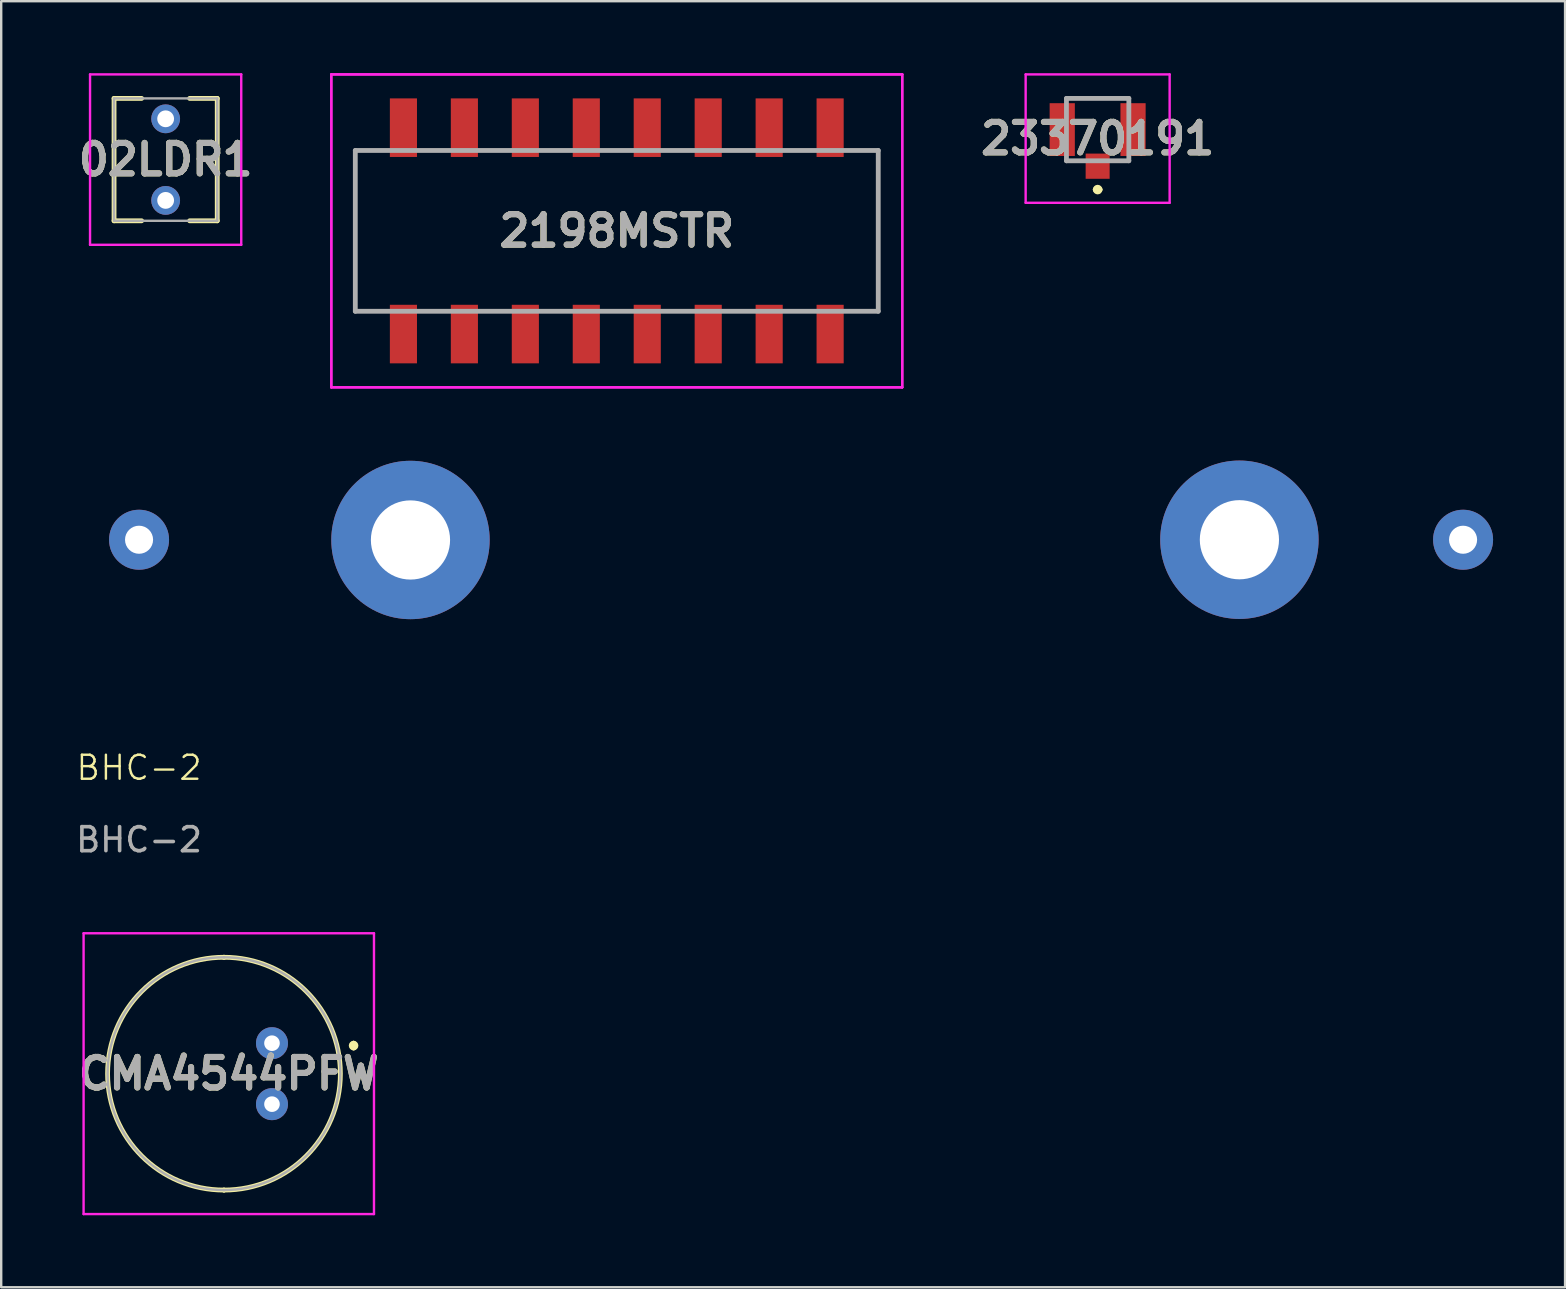
<source format=kicad_pcb>
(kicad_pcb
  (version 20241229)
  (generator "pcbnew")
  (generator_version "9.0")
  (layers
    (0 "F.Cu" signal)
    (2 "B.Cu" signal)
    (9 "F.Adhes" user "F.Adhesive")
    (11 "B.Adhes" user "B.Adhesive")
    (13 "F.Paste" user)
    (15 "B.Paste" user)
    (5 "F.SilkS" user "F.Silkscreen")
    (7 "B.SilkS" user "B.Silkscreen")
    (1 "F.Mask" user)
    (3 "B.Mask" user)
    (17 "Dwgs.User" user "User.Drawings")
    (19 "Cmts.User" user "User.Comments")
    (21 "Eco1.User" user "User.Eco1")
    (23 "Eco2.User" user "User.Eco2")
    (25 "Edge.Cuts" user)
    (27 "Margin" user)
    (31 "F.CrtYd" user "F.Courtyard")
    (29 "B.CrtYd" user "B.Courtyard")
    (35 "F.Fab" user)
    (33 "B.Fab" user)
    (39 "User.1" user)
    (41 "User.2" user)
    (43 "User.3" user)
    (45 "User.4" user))
  (footprint "02LDR1"
    (layer "F.Cu")
    (at 3.852 5.3)
    (property "Reference" "02LDR1" (at 0 -1.7 0) (layer "F.SilkS") (effects (font (size 1.27 1.27) (thickness 0.254))))
    (attr through_hole)
    (fp_line (start -2.15 -4.25) (end -2.15 0.85) (stroke (width 0.2) (type solid)) (layer "F.SilkS"))
    (fp_line (start -2.15 0.85) (end -1 0.85) (stroke (width 0.2) (type solid)) (layer "F.SilkS"))
    (fp_line (start -1 -4.25) (end -2.15 -4.25) (stroke (width 0.2) (type solid)) (layer "F.SilkS"))
    (fp_line (start 1 0.85) (end 2.15 0.85) (stroke (width 0.2) (type solid)) (layer "F.SilkS"))
    (fp_line (start 2.15 -4.25) (end 1 -4.25) (stroke (width 0.2) (type solid)) (layer "F.SilkS"))
    (fp_line (start 2.15 0.85) (end 2.15 -4.25) (stroke (width 0.2) (type solid)) (layer "F.SilkS"))
    (fp_line (start -3.15 -5.25) (end 3.15 -5.25) (stroke (width 0.1) (type solid)) (layer "F.CrtYd"))
    (fp_line (start -3.15 1.85) (end -3.15 -5.25) (stroke (width 0.1) (type solid)) (layer "F.CrtYd"))
    (fp_line (start 3.15 -5.25) (end 3.15 1.85) (stroke (width 0.1) (type solid)) (layer "F.CrtYd"))
    (fp_line (start 3.15 1.85) (end -3.15 1.85) (stroke (width 0.1) (type solid)) (layer "F.CrtYd"))
    (fp_line (start -2.15 -4.25) (end 2.15 -4.25) (stroke (width 0.1) (type solid)) (layer "F.Fab"))
    (fp_line (start -2.15 0.85) (end -2.15 -4.25) (stroke (width 0.1) (type solid)) (layer "F.Fab"))
    (fp_line (start 2.15 -4.25) (end 2.15 0.85) (stroke (width 0.1) (type solid)) (layer "F.Fab"))
    (fp_line (start 2.15 0.85) (end -2.15 0.85) (stroke (width 0.1) (type solid)) (layer "F.Fab"))
    (fp_text user "${REFERENCE}" (at 0 -1.7 0) (layer "F.Fab") (effects (font (size 1.27 1.27) (thickness 0.254))))
    (pad "1" thru_hole circle (at 0 0) (size 1.2 1.2) (drill 0.7) (layers "*.Cu" "*.Mask"))
    (pad "2" thru_hole circle (at 0 -3.4) (size 1.2 1.2) (drill 0.7) (layers "*.Cu" "*.Mask")))
  (footprint "BHC-2"
    (layer "F.Cu")
    (at 2.744 29.44)
    (property "Reference" "BHC-2" (at 0 -0.5 0) (unlocked yes) (layer "F.SilkS") (effects (font (size 1 1) (thickness 0.1))))
    (attr through_hole)
    (fp_text user "${REFERENCE}" (at 0 2.5 0) (unlocked yes) (layer "F.Fab") (effects (font (size 1 1) (thickness 0.15))))
    (pad "1" thru_hole circle (at 0 -10) (size 2.5 2.5) (drill 1.17) (layers "*.Cu" "*.Mask"))
    (pad "2" thru_hole circle (at 55.17 -10) (size 2.5 2.5) (drill 1.17) (layers "*.Cu" "*.Mask"))
    (pad "3" thru_hole circle (at 45.85 -10) (size 6.6 6.6) (drill 3.3) (layers "*.Cu" "*.Mask"))
    (pad "4" thru_hole circle (at 11.31 -9.99) (size 6.6 6.6) (drill 3.3) (layers "*.Cu" "*.Mask")))
  (footprint "2198MSTR"
    (layer "F.Cu")
    (at 22.65 6.57)
    (property "Reference" "2198MSTR" (at 0 0 0) (layer "F.SilkS") (effects (font (size 1.27 1.27) (thickness 0.254))))
    (attr smd)
    (fp_line (start -10.895 -3.35) (end -10 -3.35) (stroke (width 0.1) (type solid)) (layer "F.SilkS"))
    (fp_line (start -10.895 3.35) (end -10.895 -3.35) (stroke (width 0.1) (type solid)) (layer "F.SilkS"))
    (fp_line (start -10 3.35) (end -10.895 3.35) (stroke (width 0.1) (type solid)) (layer "F.SilkS"))
    (fp_line (start 10 -3.35) (end 10.895 -3.35) (stroke (width 0.1) (type solid)) (layer "F.SilkS"))
    (fp_line (start 10.895 -3.35) (end 10.895 3.35) (stroke (width 0.1) (type solid)) (layer "F.SilkS"))
    (fp_line (start 10.895 3.35) (end 10 3.35) (stroke (width 0.1) (type solid)) (layer "F.SilkS"))
    (fp_line (start -11.895 -6.52) (end 11.895 -6.52) (stroke (width 0.1) (type solid)) (layer "F.CrtYd"))
    (fp_line (start -11.895 -6.52) (end 11.895 -6.52) (stroke (width 0.1) (type solid)) (layer "F.CrtYd"))
    (fp_line (start -11.895 6.52) (end -11.895 -6.52) (stroke (width 0.1) (type solid)) (layer "F.CrtYd"))
    (fp_line (start -11.895 6.52) (end -11.895 -6.52) (stroke (width 0.1) (type solid)) (layer "F.CrtYd"))
    (fp_line (start 11.895 -6.52) (end 11.895 6.52) (stroke (width 0.1) (type solid)) (layer "F.CrtYd"))
    (fp_line (start 11.895 -6.52) (end 11.895 6.52) (stroke (width 0.1) (type solid)) (layer "F.CrtYd"))
    (fp_line (start 11.895 6.52) (end -11.895 6.52) (stroke (width 0.1) (type solid)) (layer "F.CrtYd"))
    (fp_line (start 11.895 6.52) (end -11.895 6.52) (stroke (width 0.1) (type solid)) (layer "F.CrtYd"))
    (fp_line (start -10.895 -3.35) (end 10.895 -3.35) (stroke (width 0.2) (type solid)) (layer "F.Fab"))
    (fp_line (start -10.895 3.35) (end -10.895 -3.35) (stroke (width 0.2) (type solid)) (layer "F.Fab"))
    (fp_line (start 10.895 -3.35) (end 10.895 3.35) (stroke (width 0.2) (type solid)) (layer "F.Fab"))
    (fp_line (start 10.895 3.35) (end -10.895 3.35) (stroke (width 0.2) (type solid)) (layer "F.Fab"))
    (fp_text user "${REFERENCE}" (at 0 0 0) (layer "F.Fab") (effects (font (size 1.27 1.27) (thickness 0.254))))
    (pad "1" smd rect (at -8.89 4.3) (size 1.13 2.44) (layers "F.Cu" "F.Mask" "F.Paste"))
    (pad "2" smd rect (at -8.89 -4.3) (size 1.13 2.44) (layers "F.Cu" "F.Mask" "F.Paste"))
    (pad "3" smd rect (at -6.35 4.3) (size 1.13 2.44) (layers "F.Cu" "F.Mask" "F.Paste"))
    (pad "4" smd rect (at -6.35 -4.3) (size 1.13 2.44) (layers "F.Cu" "F.Mask" "F.Paste"))
    (pad "5" smd rect (at -3.81 4.3) (size 1.13 2.44) (layers "F.Cu" "F.Mask" "F.Paste"))
    (pad "6" smd rect (at -3.81 -4.3) (size 1.13 2.44) (layers "F.Cu" "F.Mask" "F.Paste"))
    (pad "7" smd rect (at -1.27 4.3) (size 1.13 2.44) (layers "F.Cu" "F.Mask" "F.Paste"))
    (pad "8" smd rect (at -1.27 -4.3) (size 1.13 2.44) (layers "F.Cu" "F.Mask" "F.Paste"))
    (pad "9" smd rect (at 1.27 4.3) (size 1.13 2.44) (layers "F.Cu" "F.Mask" "F.Paste"))
    (pad "10" smd rect (at 1.27 -4.3) (size 1.13 2.44) (layers "F.Cu" "F.Mask" "F.Paste"))
    (pad "11" smd rect (at 3.81 4.3) (size 1.13 2.44) (layers "F.Cu" "F.Mask" "F.Paste"))
    (pad "12" smd rect (at 3.81 -4.3) (size 1.13 2.44) (layers "F.Cu" "F.Mask" "F.Paste"))
    (pad "13" smd rect (at 6.35 4.3) (size 1.13 2.44) (layers "F.Cu" "F.Mask" "F.Paste"))
    (pad "14" smd rect (at 6.35 -4.3) (size 1.13 2.44) (layers "F.Cu" "F.Mask" "F.Paste"))
    (pad "15" smd rect (at 8.89 4.3) (size 1.13 2.44) (layers "F.Cu" "F.Mask" "F.Paste"))
    (pad "16" smd rect (at 8.89 -4.3) (size 1.13 2.44) (layers "F.Cu" "F.Mask" "F.Paste")))
  (footprint "23370191"
    (layer "F.Cu")
    (at 42.687 2.35)
    (property "Reference" "23370191" (at 0 0.375 0) (layer "F.SilkS") (effects (font (size 1.27 1.27) (thickness 0.254))))
    (attr smd)
    (fp_line (start -1.3 -1.3) (end 1.3 -1.3) (stroke (width 0.1) (type solid)) (layer "F.SilkS"))
    (fp_line (start -0.1 2.5) (end -0.1 2.5) (stroke (width 0.2) (type solid)) (layer "F.SilkS"))
    (fp_line (start 0.1 2.5) (end 0.1 2.5) (stroke (width 0.2) (type solid)) (layer "F.SilkS"))
    (fp_arc (start -0.1 2.5) (mid 0 2.4) (end 0.1 2.5) (stroke (width 0.2) (type solid)) (layer "F.SilkS"))
    (fp_arc (start 0.1 2.5) (mid 0 2.6) (end -0.1 2.5) (stroke (width 0.2) (type solid)) (layer "F.SilkS"))
    (fp_line (start -3 -2.3) (end 3 -2.3) (stroke (width 0.1) (type solid)) (layer "F.CrtYd"))
    (fp_line (start -3 3.05) (end -3 -2.3) (stroke (width 0.1) (type solid)) (layer "F.CrtYd"))
    (fp_line (start 3 -2.3) (end 3 3.05) (stroke (width 0.1) (type solid)) (layer "F.CrtYd"))
    (fp_line (start 3 3.05) (end -3 3.05) (stroke (width 0.1) (type solid)) (layer "F.CrtYd"))
    (fp_line (start -1.3 -1.3) (end 1.3 -1.3) (stroke (width 0.2) (type solid)) (layer "F.Fab"))
    (fp_line (start -1.3 1.3) (end -1.3 -1.3) (stroke (width 0.2) (type solid)) (layer "F.Fab"))
    (fp_line (start 1.3 -1.3) (end 1.3 1.3) (stroke (width 0.2) (type solid)) (layer "F.Fab"))
    (fp_line (start 1.3 1.3) (end -1.3 1.3) (stroke (width 0.2) (type solid)) (layer "F.Fab"))
    (fp_text user "${REFERENCE}" (at 0 0.375 0) (layer "F.Fab") (effects (font (size 1.27 1.27) (thickness 0.254))))
    (pad "1" smd rect (at 0 1.525) (size 1 1.05) (layers "F.Cu" "F.Mask" "F.Paste"))
    (pad "2" smd rect (at -1.475 0) (size 1.05 2.2) (layers "F.Cu" "F.Mask" "F.Paste"))
    (pad "3" smd rect (at 1.475 0) (size 1.05 2.2) (layers "F.Cu" "F.Mask" "F.Paste")))
  (footprint "CMA4544PFW"
    (layer "F.Cu")
    (at 8.283 40.418)
    (property "Reference" "CMA4544PFW" (at -1.8 1.27 0) (layer "F.SilkS") (effects (font (size 1.27 1.27) (thickness 0.254))))
    (attr through_hole)
    (fp_line (start -2 -3.58) (end -2 -3.58) (stroke (width 0.2) (type solid)) (layer "F.SilkS"))
    (fp_line (start -2 6.12) (end -2 6.12) (stroke (width 0.2) (type solid)) (layer "F.SilkS"))
    (fp_line (start 3.4 0) (end 3.4 0) (stroke (width 0.2) (type solid)) (layer "F.SilkS"))
    (fp_line (start 3.4 0.2) (end 3.4 0.2) (stroke (width 0.2) (type solid)) (layer "F.SilkS"))
    (fp_arc (start -2 -3.58) (mid 2.85 1.27) (end -2 6.12) (stroke (width 0.2) (type solid)) (layer "F.SilkS"))
    (fp_arc (start -2 6.12) (mid -6.85 1.27) (end -2 -3.58) (stroke (width 0.2) (type solid)) (layer "F.SilkS"))
    (fp_arc (start 3.4 0) (mid 3.5 0.1) (end 3.4 0.2) (stroke (width 0.2) (type solid)) (layer "F.SilkS"))
    (fp_arc (start 3.4 0.2) (mid 3.3 0.1) (end 3.4 0) (stroke (width 0.2) (type solid)) (layer "F.SilkS"))
    (fp_line (start -7.85 -4.58) (end -7.85 7.12) (stroke (width 0.1) (type solid)) (layer "F.CrtYd"))
    (fp_line (start -7.85 7.12) (end 4.25 7.12) (stroke (width 0.1) (type solid)) (layer "F.CrtYd"))
    (fp_line (start 4.25 -4.58) (end -7.85 -4.58) (stroke (width 0.1) (type solid)) (layer "F.CrtYd"))
    (fp_line (start 4.25 7.12) (end 4.25 -4.58) (stroke (width 0.1) (type solid)) (layer "F.CrtYd"))
    (fp_line (start -2 -3.58) (end -2 -3.58) (stroke (width 0.1) (type solid)) (layer "F.Fab"))
    (fp_line (start -2 6.12) (end -2 6.12) (stroke (width 0.1) (type solid)) (layer "F.Fab"))
    (fp_arc (start -2 -3.58) (mid 2.85 1.27) (end -2 6.12) (stroke (width 0.1) (type solid)) (layer "F.Fab"))
    (fp_arc (start -2 6.12) (mid -6.85 1.27) (end -2 -3.58) (stroke (width 0.1) (type solid)) (layer "F.Fab"))
    (fp_text user "${REFERENCE}" (at -1.8 1.27 0) (layer "F.Fab") (effects (font (size 1.27 1.27) (thickness 0.254))))
    (pad "1" thru_hole circle (at 0 0) (size 1.333 1.333) (drill 0.65) (layers "*.Cu" "*.Mask"))
    (pad "2" thru_hole circle (at 0 2.54) (size 1.333 1.333) (drill 0.65) (layers "*.Cu" "*.Mask")))
  (gr_rect
    (start -3 -3)
    (end 62.164 50.588)
    (stroke (width 0.1) (type default))
    (fill no)
    (layer "Edge.Cuts")))
</source>
